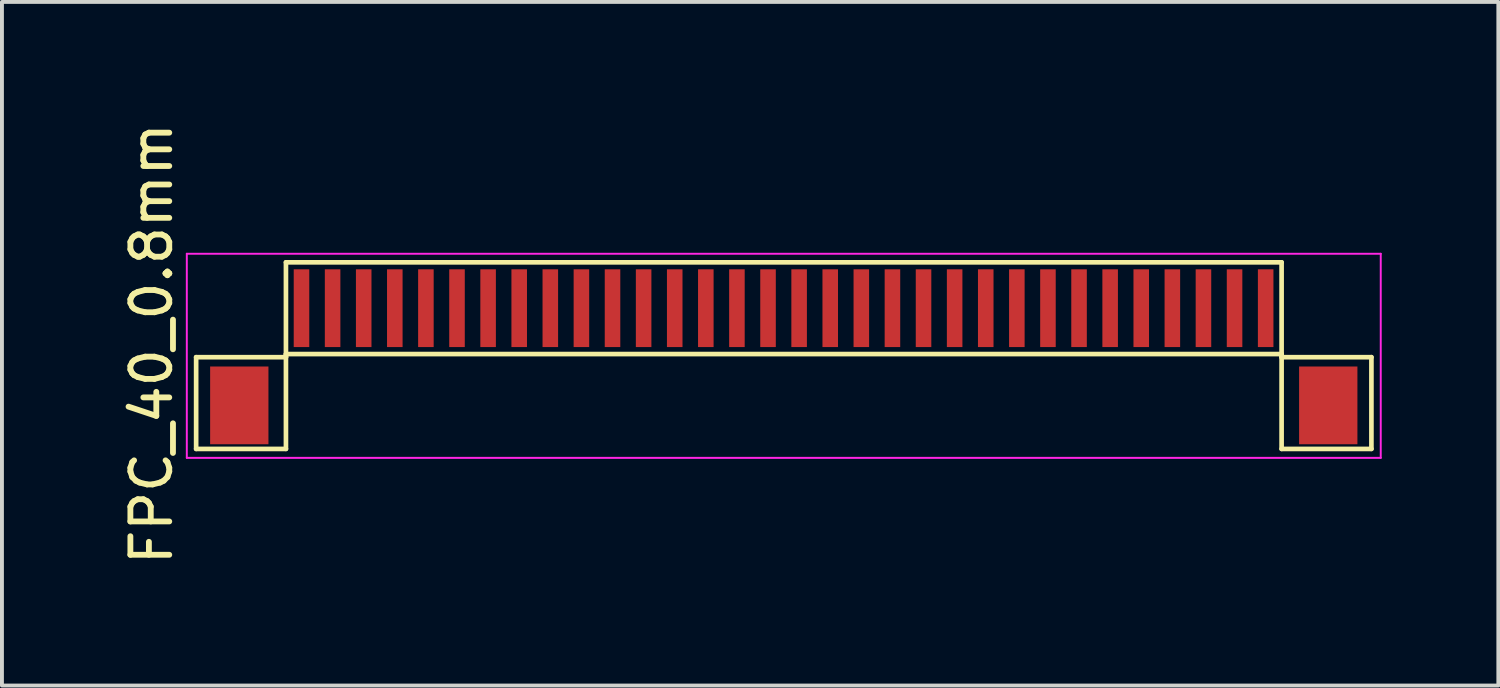
<source format=kicad_pcb>
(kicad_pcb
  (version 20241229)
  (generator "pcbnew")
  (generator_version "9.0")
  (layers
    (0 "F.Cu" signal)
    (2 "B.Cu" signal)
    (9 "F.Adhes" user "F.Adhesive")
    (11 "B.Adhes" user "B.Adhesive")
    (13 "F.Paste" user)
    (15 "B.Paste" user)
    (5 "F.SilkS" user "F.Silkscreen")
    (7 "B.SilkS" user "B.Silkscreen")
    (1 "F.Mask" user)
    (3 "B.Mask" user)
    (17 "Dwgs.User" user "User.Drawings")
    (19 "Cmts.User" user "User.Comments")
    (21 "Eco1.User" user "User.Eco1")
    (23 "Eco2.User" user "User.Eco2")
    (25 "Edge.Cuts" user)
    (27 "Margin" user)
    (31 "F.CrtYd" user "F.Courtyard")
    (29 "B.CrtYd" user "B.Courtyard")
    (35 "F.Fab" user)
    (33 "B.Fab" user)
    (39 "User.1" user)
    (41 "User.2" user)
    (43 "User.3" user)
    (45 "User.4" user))
  (footprint "FPC_40_0.8mm"
    (layer "F.Cu")
    (at 20.305 4.877)
    (property "Reference" "FPC_40_0.8mm" (at -19.456 0.914 90) (layer "F.SilkS") (effects (font (size 1 1) (thickness 0.15))))
    (attr smd)
    (fp_line (start -18.31 1.26) (end -16 1.26) (stroke (width 0.12) (type solid)) (layer "F.SilkS"))
    (fp_line (start -18.31 3.62) (end -18.31 1.26) (stroke (width 0.12) (type solid)) (layer "F.SilkS"))
    (fp_line (start -16 -1.18) (end 9.61 -1.18) (stroke (width 0.12) (type solid)) (layer "F.SilkS"))
    (fp_line (start -16 1.18) (end -16 3.62) (stroke (width 0.12) (type solid)) (layer "F.SilkS"))
    (fp_line (start -16 1.18) (end 9.61 1.18) (stroke (width 0.12) (type solid)) (layer "F.SilkS"))
    (fp_line (start -16 1.26) (end -16 -1.18) (stroke (width 0.12) (type solid)) (layer "F.SilkS"))
    (fp_line (start -16 3.62) (end -18.31 3.62) (stroke (width 0.12) (type solid)) (layer "F.SilkS"))
    (fp_line (start 9.61 1.18) (end 9.61 3.62) (stroke (width 0.12) (type solid)) (layer "F.SilkS"))
    (fp_line (start 9.61 1.26) (end 9.61 -1.18) (stroke (width 0.12) (type solid)) (layer "F.SilkS"))
    (fp_line (start 9.61 3.62) (end 11.92 3.62) (stroke (width 0.12) (type solid)) (layer "F.SilkS"))
    (fp_line (start 11.92 1.26) (end 9.61 1.26) (stroke (width 0.12) (type solid)) (layer "F.SilkS"))
    (fp_line (start 11.92 3.62) (end 11.92 1.26) (stroke (width 0.12) (type solid)) (layer "F.SilkS"))
    (fp_line (start -18.55 -1.4) (end -18.55 3.85) (stroke (width 0.05) (type solid)) (layer "F.CrtYd"))
    (fp_line (start -18.55 -1.4) (end 12.16 -1.4) (stroke (width 0.05) (type solid)) (layer "F.CrtYd"))
    (fp_line (start -18.55 3.85) (end 12.16 3.85) (stroke (width 0.05) (type solid)) (layer "F.CrtYd"))
    (fp_line (start 12.16 -1.4) (end 12.16 3.85) (stroke (width 0.05) (type solid)) (layer "F.CrtYd"))
    (pad "1" smd rect (at -15.6 0) (size 0.4 2) (layers "F.Cu" "F.Mask" "F.Paste"))
    (pad "2" smd rect (at -14.8 0) (size 0.4 2) (layers "F.Cu" "F.Mask" "F.Paste"))
    (pad "3" smd rect (at -14 0) (size 0.4 2) (layers "F.Cu" "F.Mask" "F.Paste"))
    (pad "4" smd rect (at -13.2 0) (size 0.4 2) (layers "F.Cu" "F.Mask" "F.Paste"))
    (pad "5" smd rect (at -12.4 0) (size 0.4 2) (layers "F.Cu" "F.Mask" "F.Paste"))
    (pad "6" smd rect (at -11.6 0) (size 0.4 2) (layers "F.Cu" "F.Mask" "F.Paste"))
    (pad "7" smd rect (at -10.8 0) (size 0.4 2) (layers "F.Cu" "F.Mask" "F.Paste"))
    (pad "8" smd rect (at -10 0) (size 0.4 2) (layers "F.Cu" "F.Mask" "F.Paste"))
    (pad "9" smd rect (at -9.2 0) (size 0.4 2) (layers "F.Cu" "F.Mask" "F.Paste"))
    (pad "10" smd rect (at -8.4 0) (size 0.4 2) (layers "F.Cu" "F.Mask" "F.Paste"))
    (pad "11" smd rect (at -7.6 0) (size 0.4 2) (layers "F.Cu" "F.Mask" "F.Paste"))
    (pad "12" smd rect (at -6.8 0) (size 0.4 2) (layers "F.Cu" "F.Mask" "F.Paste"))
    (pad "13" smd rect (at -6 0) (size 0.4 2) (layers "F.Cu" "F.Mask" "F.Paste"))
    (pad "14" smd rect (at -5.2 0) (size 0.4 2) (layers "F.Cu" "F.Mask" "F.Paste"))
    (pad "15" smd rect (at -4.4 0) (size 0.4 2) (layers "F.Cu" "F.Mask" "F.Paste"))
    (pad "16" smd rect (at -3.6 0) (size 0.4 2) (layers "F.Cu" "F.Mask" "F.Paste"))
    (pad "17" smd rect (at -2.8 0) (size 0.4 2) (layers "F.Cu" "F.Mask" "F.Paste"))
    (pad "18" smd rect (at -2 0) (size 0.4 2) (layers "F.Cu" "F.Mask" "F.Paste"))
    (pad "19" smd rect (at -1.2 0) (size 0.4 2) (layers "F.Cu" "F.Mask" "F.Paste"))
    (pad "20" smd rect (at -0.4 0) (size 0.4 2) (layers "F.Cu" "F.Mask" "F.Paste"))
    (pad "21" smd rect (at 0.4 0) (size 0.4 2) (layers "F.Cu" "F.Mask" "F.Paste"))
    (pad "22" smd rect (at 1.2 0) (size 0.4 2) (layers "F.Cu" "F.Mask" "F.Paste"))
    (pad "23" smd rect (at 2 0) (size 0.4 2) (layers "F.Cu" "F.Mask" "F.Paste"))
    (pad "24" smd rect (at 2.8 0) (size 0.4 2) (layers "F.Cu" "F.Mask" "F.Paste"))
    (pad "25" smd rect (at 3.6 0) (size 0.4 2) (layers "F.Cu" "F.Mask" "F.Paste"))
    (pad "26" smd rect (at 4.4 0) (size 0.4 2) (layers "F.Cu" "F.Mask" "F.Paste"))
    (pad "27" smd rect (at 5.2 0) (size 0.4 2) (layers "F.Cu" "F.Mask" "F.Paste"))
    (pad "28" smd rect (at 6 0) (size 0.4 2) (layers "F.Cu" "F.Mask" "F.Paste"))
    (pad "29" smd rect (at 6.8 0) (size 0.4 2) (layers "F.Cu" "F.Mask" "F.Paste"))
    (pad "30" smd rect (at 7.6 0) (size 0.4 2) (layers "F.Cu" "F.Mask" "F.Paste"))
    (pad "31" smd rect (at 8.4 0) (size 0.4 2) (layers "F.Cu" "F.Mask" "F.Paste"))
    (pad "32" smd rect (at 9.2 0) (size 0.4 2) (layers "F.Cu" "F.Mask" "F.Paste"))
    (pad "MP" smd rect (at -17.2 2.5) (size 1.5 2) (layers "F.Cu" "F.Mask" "F.Paste"))
    (pad "MP" smd rect (at 10.81 2.5) (size 1.5 2) (layers "F.Cu" "F.Mask" "F.Paste")))
  (gr_rect
    (start -3 -3)
    (end 35.49 14.583)
    (stroke (width 0.1) (type default))
    (fill no)
    (layer "Edge.Cuts")))
</source>
